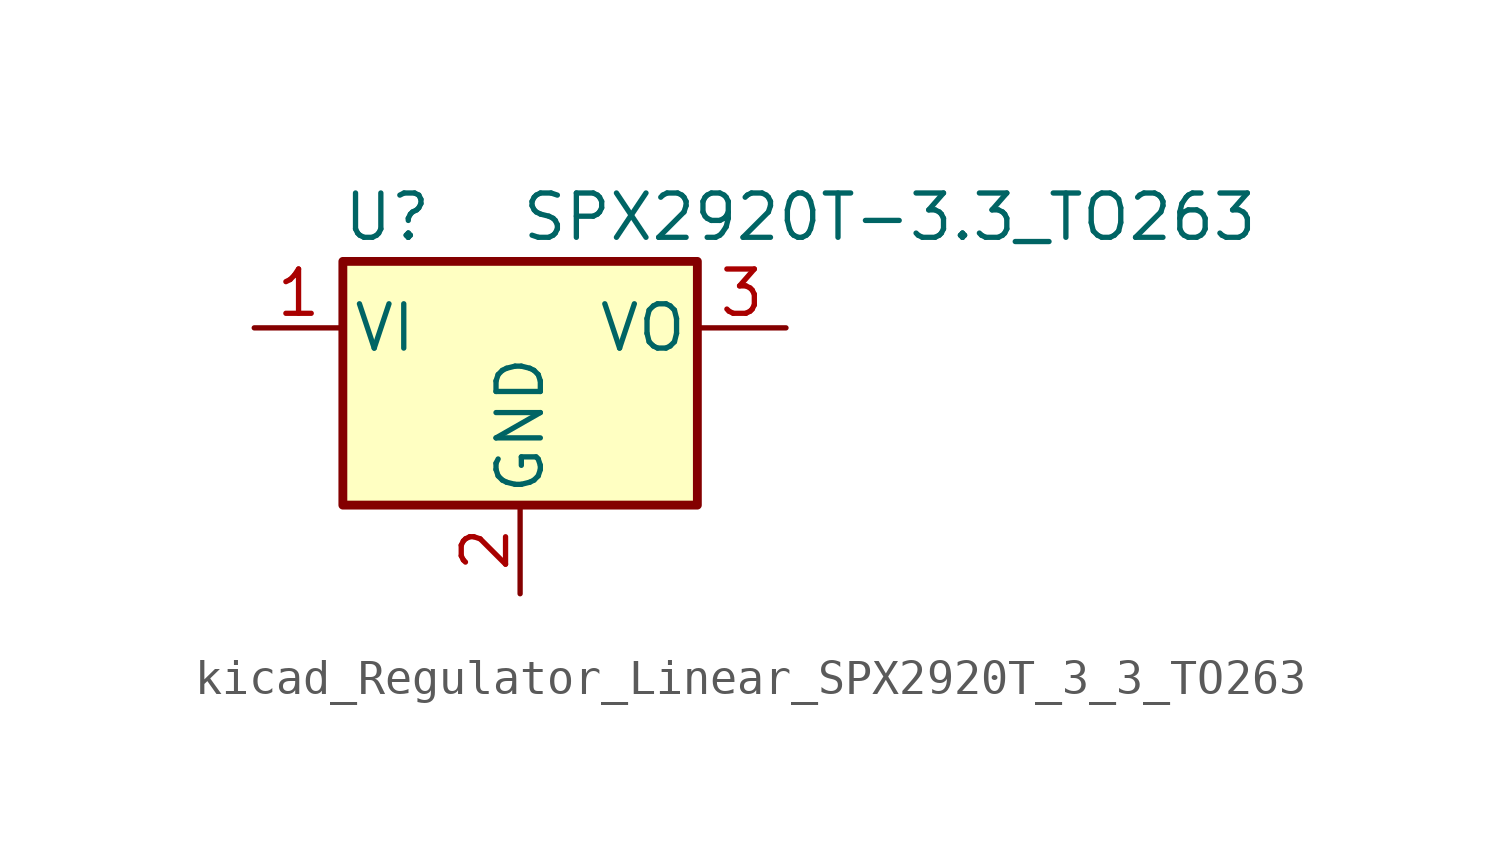
<source format=kicad_sym>
(kicad_symbol_lib
  (version 20220914)
  (generator kicad_symbol_editor)
  (symbol "kicad_Regulator_Linear_SPX2920T_3_3_TO263"
    (pin_names
      (offset 0.254))
    (property "Reference" "U"
      (at -3.81 3.175 0)
      (effects (font (size 1.27 1.27))))
    (property "Value" "SPX2920T-3.3_TO263"
      (at 0 3.175 0)
      (effects (font (size 1.27 1.27)) (justify left)))
    (symbol "kicad_Regulator_Linear_SPX2920T_3_3_TO263_0_1"
      (rectangle (start -5.08 -5.08) (end 5.08 1.905) (stroke (width 0.254) (type default)) (fill (type background))))
    (symbol "kicad_Regulator_Linear_SPX2920T_3_3_TO263_1_1"
      (pin power_in line (at -7.62 0 0) (length 2.54) (name "VI" (effects (font (size 1.27 1.27)))) (number "1" (effects (font (size 1.27 1.27)))))
      (pin power_in line (at 0 -7.62 90) (length 2.54) (name "GND" (effects (font (size 1.27 1.27)))) (number "2" (effects (font (size 1.27 1.27)))))
      (pin power_out line (at 7.62 0 180) (length 2.54) (name "VO" (effects (font (size 1.27 1.27)))) (number "3" (effects (font (size 1.27 1.27))))))))
</source>
